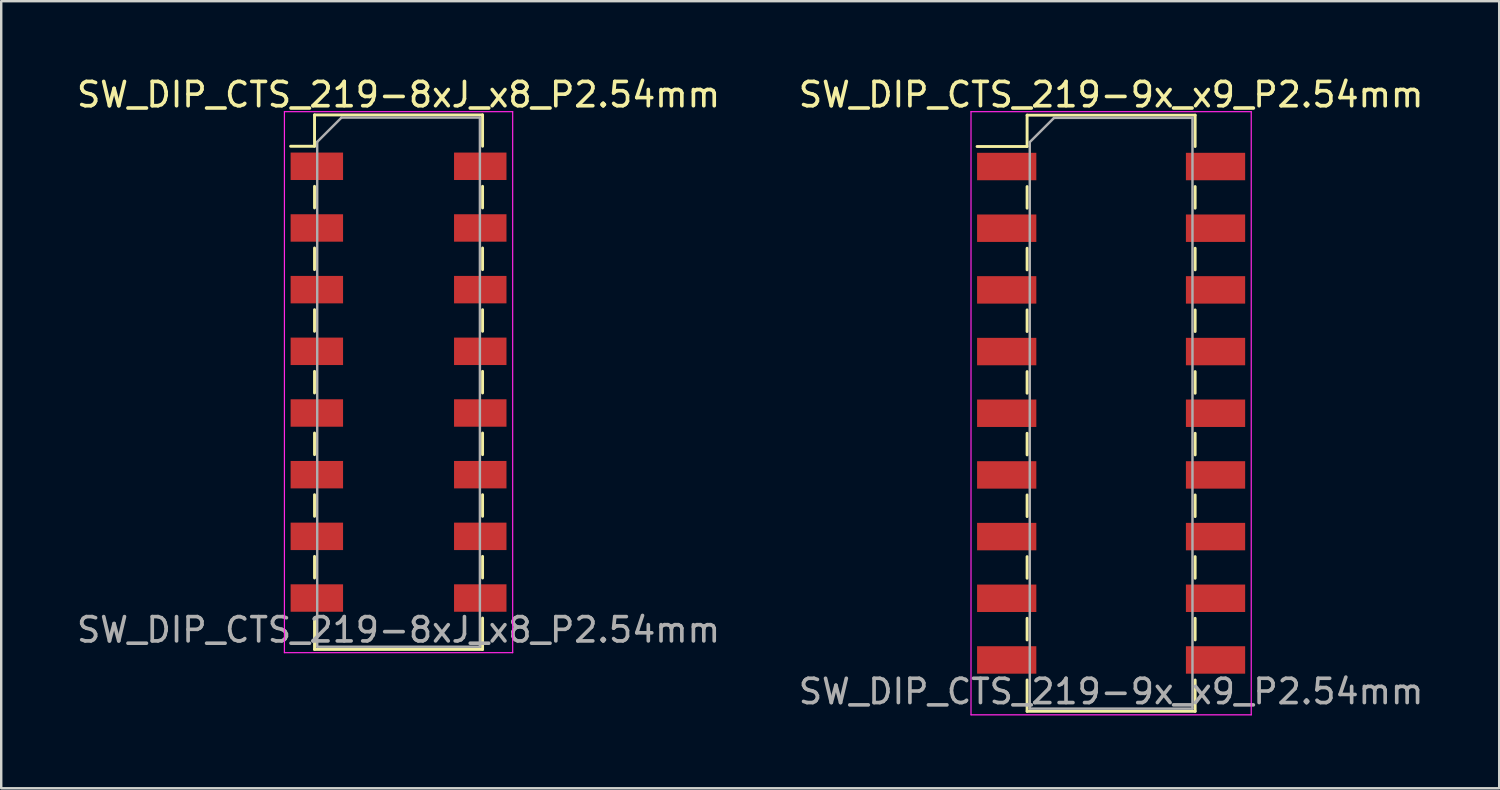
<source format=kicad_pcb>
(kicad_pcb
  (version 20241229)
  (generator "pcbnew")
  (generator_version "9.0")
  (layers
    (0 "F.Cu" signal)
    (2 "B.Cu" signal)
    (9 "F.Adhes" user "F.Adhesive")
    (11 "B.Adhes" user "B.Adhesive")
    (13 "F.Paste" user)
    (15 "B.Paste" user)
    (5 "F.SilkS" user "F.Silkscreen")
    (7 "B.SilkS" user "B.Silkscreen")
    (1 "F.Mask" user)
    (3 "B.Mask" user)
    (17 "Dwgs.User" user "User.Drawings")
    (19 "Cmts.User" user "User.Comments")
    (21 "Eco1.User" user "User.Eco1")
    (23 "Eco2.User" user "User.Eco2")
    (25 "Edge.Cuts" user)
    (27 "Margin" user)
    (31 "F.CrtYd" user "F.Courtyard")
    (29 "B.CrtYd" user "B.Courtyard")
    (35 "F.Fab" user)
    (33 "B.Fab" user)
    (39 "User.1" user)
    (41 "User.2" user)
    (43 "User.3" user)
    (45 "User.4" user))
  (footprint "SW_DIP_CTS_219-8xJ_x8_P2.54mm"
    (layer "F.Cu")
    (at 13.363 12.688)
    (property "Reference" "SW_DIP_CTS_219-8xJ_x8_P2.54mm" (at 0 -11.84 0) (layer "F.SilkS") (effects (font (size 1 1) (thickness 0.15))))
    (attr smd)
    (fp_line (start -4.445 -9.715) (end -3.46 -9.715) (stroke (width 0.12) (type solid)) (layer "F.SilkS"))
    (fp_line (start -3.46 -11.005) (end 3.46 -11.005) (stroke (width 0.12) (type solid)) (layer "F.SilkS"))
    (fp_line (start -3.46 -9.715) (end -3.46 -11.005) (stroke (width 0.12) (type solid)) (layer "F.SilkS"))
    (fp_line (start -3.46 -8.065) (end -3.46 -7.175) (stroke (width 0.12) (type solid)) (layer "F.SilkS"))
    (fp_line (start -3.46 -5.525) (end -3.46 -4.635) (stroke (width 0.12) (type solid)) (layer "F.SilkS"))
    (fp_line (start -3.46 -2.985) (end -3.46 -2.095) (stroke (width 0.12) (type solid)) (layer "F.SilkS"))
    (fp_line (start -3.46 -0.445) (end -3.46 0.445) (stroke (width 0.12) (type solid)) (layer "F.SilkS"))
    (fp_line (start -3.46 2.095) (end -3.46 2.985) (stroke (width 0.12) (type solid)) (layer "F.SilkS"))
    (fp_line (start -3.46 4.635) (end -3.46 5.525) (stroke (width 0.12) (type solid)) (layer "F.SilkS"))
    (fp_line (start -3.46 7.175) (end -3.46 8.065) (stroke (width 0.12) (type solid)) (layer "F.SilkS"))
    (fp_line (start -3.46 9.715) (end -3.46 11.005) (stroke (width 0.12) (type solid)) (layer "F.SilkS"))
    (fp_line (start -3.46 11.005) (end 3.46 11.005) (stroke (width 0.12) (type solid)) (layer "F.SilkS"))
    (fp_line (start 3.46 -11.005) (end 3.46 -9.715) (stroke (width 0.12) (type solid)) (layer "F.SilkS"))
    (fp_line (start 3.46 -8.065) (end 3.46 -7.175) (stroke (width 0.12) (type solid)) (layer "F.SilkS"))
    (fp_line (start 3.46 -5.525) (end 3.46 -4.635) (stroke (width 0.12) (type solid)) (layer "F.SilkS"))
    (fp_line (start 3.46 -2.985) (end 3.46 -2.095) (stroke (width 0.12) (type solid)) (layer "F.SilkS"))
    (fp_line (start 3.46 -0.445) (end 3.46 0.445) (stroke (width 0.12) (type solid)) (layer "F.SilkS"))
    (fp_line (start 3.46 2.095) (end 3.46 2.985) (stroke (width 0.12) (type solid)) (layer "F.SilkS"))
    (fp_line (start 3.46 4.635) (end 3.46 5.525) (stroke (width 0.12) (type solid)) (layer "F.SilkS"))
    (fp_line (start 3.46 7.175) (end 3.46 8.065) (stroke (width 0.12) (type solid)) (layer "F.SilkS"))
    (fp_line (start 3.46 11.005) (end 3.46 9.715) (stroke (width 0.12) (type solid)) (layer "F.SilkS"))
    (fp_line (start -4.7 -11.14) (end 4.7 -11.14) (stroke (width 0.05) (type solid)) (layer "F.CrtYd"))
    (fp_line (start -4.7 11.14) (end -4.7 -11.14) (stroke (width 0.05) (type solid)) (layer "F.CrtYd"))
    (fp_line (start 4.7 -11.14) (end 4.7 11.14) (stroke (width 0.05) (type solid)) (layer "F.CrtYd"))
    (fp_line (start 4.7 11.14) (end -4.7 11.14) (stroke (width 0.05) (type solid)) (layer "F.CrtYd"))
    (fp_line (start -3.35 -9.895) (end -2.35 -10.895) (stroke (width 0.1) (type solid)) (layer "F.Fab"))
    (fp_line (start -3.35 10.895) (end -3.35 -9.895) (stroke (width 0.1) (type solid)) (layer "F.Fab"))
    (fp_line (start -2.35 -10.895) (end 3.35 -10.895) (stroke (width 0.1) (type solid)) (layer "F.Fab"))
    (fp_line (start 3.35 -10.895) (end 3.35 10.895) (stroke (width 0.1) (type solid)) (layer "F.Fab"))
    (fp_line (start 3.35 10.895) (end -3.35 10.895) (stroke (width 0.1) (type solid)) (layer "F.Fab"))
    (fp_text user "${REFERENCE}" (at 0 10.2 0) (layer "F.Fab") (effects (font (size 1 1) (thickness 0.15))))
    (pad "1" smd rect (at -3.365 -8.89) (size 2.16 1.13) (layers "F.Cu" "F.Mask" "F.Paste"))
    (pad "2" smd rect (at -3.365 -6.35) (size 2.16 1.13) (layers "F.Cu" "F.Mask" "F.Paste"))
    (pad "3" smd rect (at -3.365 -3.81) (size 2.16 1.13) (layers "F.Cu" "F.Mask" "F.Paste"))
    (pad "4" smd rect (at -3.365 -1.27) (size 2.16 1.13) (layers "F.Cu" "F.Mask" "F.Paste"))
    (pad "5" smd rect (at -3.365 1.27) (size 2.16 1.13) (layers "F.Cu" "F.Mask" "F.Paste"))
    (pad "6" smd rect (at -3.365 3.81) (size 2.16 1.13) (layers "F.Cu" "F.Mask" "F.Paste"))
    (pad "7" smd rect (at -3.365 6.35) (size 2.16 1.13) (layers "F.Cu" "F.Mask" "F.Paste"))
    (pad "8" smd rect (at -3.365 8.89) (size 2.16 1.13) (layers "F.Cu" "F.Mask" "F.Paste"))
    (pad "9" smd rect (at 3.365 8.89) (size 2.16 1.13) (layers "F.Cu" "F.Mask" "F.Paste"))
    (pad "10" smd rect (at 3.365 6.35) (size 2.16 1.13) (layers "F.Cu" "F.Mask" "F.Paste"))
    (pad "11" smd rect (at 3.365 3.81) (size 2.16 1.13) (layers "F.Cu" "F.Mask" "F.Paste"))
    (pad "12" smd rect (at 3.365 1.27) (size 2.16 1.13) (layers "F.Cu" "F.Mask" "F.Paste"))
    (pad "13" smd rect (at 3.365 -1.27) (size 2.16 1.13) (layers "F.Cu" "F.Mask" "F.Paste"))
    (pad "14" smd rect (at 3.365 -3.81) (size 2.16 1.13) (layers "F.Cu" "F.Mask" "F.Paste"))
    (pad "15" smd rect (at 3.365 -6.35) (size 2.16 1.13) (layers "F.Cu" "F.Mask" "F.Paste"))
    (pad "16" smd rect (at 3.365 -8.89) (size 2.16 1.13) (layers "F.Cu" "F.Mask" "F.Paste")))
  (footprint "SW_DIP_CTS_219-9x_x9_P2.54mm"
    (layer "F.Cu")
    (at 42.708 13.968)
    (property "Reference" "SW_DIP_CTS_219-9x_x9_P2.54mm" (at 0 -13.12 0) (layer "F.SilkS") (effects (font (size 1 1) (thickness 0.15))))
    (attr smd)
    (fp_line (start -5.52 -10.985) (end -3.46 -10.985) (stroke (width 0.12) (type solid)) (layer "F.SilkS"))
    (fp_line (start -3.46 -12.275) (end 3.46 -12.275) (stroke (width 0.12) (type solid)) (layer "F.SilkS"))
    (fp_line (start -3.46 -10.985) (end -3.46 -12.275) (stroke (width 0.12) (type solid)) (layer "F.SilkS"))
    (fp_line (start -3.46 -9.335) (end -3.46 -8.445) (stroke (width 0.12) (type solid)) (layer "F.SilkS"))
    (fp_line (start -3.46 -6.795) (end -3.46 -5.905) (stroke (width 0.12) (type solid)) (layer "F.SilkS"))
    (fp_line (start -3.46 -4.255) (end -3.46 -3.365) (stroke (width 0.12) (type solid)) (layer "F.SilkS"))
    (fp_line (start -3.46 -1.715) (end -3.46 -0.825) (stroke (width 0.12) (type solid)) (layer "F.SilkS"))
    (fp_line (start -3.46 0.825) (end -3.46 1.715) (stroke (width 0.12) (type solid)) (layer "F.SilkS"))
    (fp_line (start -3.46 3.365) (end -3.46 4.255) (stroke (width 0.12) (type solid)) (layer "F.SilkS"))
    (fp_line (start -3.46 5.905) (end -3.46 6.795) (stroke (width 0.12) (type solid)) (layer "F.SilkS"))
    (fp_line (start -3.46 8.445) (end -3.46 9.335) (stroke (width 0.12) (type solid)) (layer "F.SilkS"))
    (fp_line (start -3.46 10.985) (end -3.46 12.275) (stroke (width 0.12) (type solid)) (layer "F.SilkS"))
    (fp_line (start -3.46 12.275) (end 3.46 12.275) (stroke (width 0.12) (type solid)) (layer "F.SilkS"))
    (fp_line (start 3.46 -12.275) (end 3.46 -10.985) (stroke (width 0.12) (type solid)) (layer "F.SilkS"))
    (fp_line (start 3.46 -9.335) (end 3.46 -8.445) (stroke (width 0.12) (type solid)) (layer "F.SilkS"))
    (fp_line (start 3.46 -6.795) (end 3.46 -5.905) (stroke (width 0.12) (type solid)) (layer "F.SilkS"))
    (fp_line (start 3.46 -4.255) (end 3.46 -3.365) (stroke (width 0.12) (type solid)) (layer "F.SilkS"))
    (fp_line (start 3.46 -1.715) (end 3.46 -0.825) (stroke (width 0.12) (type solid)) (layer "F.SilkS"))
    (fp_line (start 3.46 0.825) (end 3.46 1.715) (stroke (width 0.12) (type solid)) (layer "F.SilkS"))
    (fp_line (start 3.46 3.365) (end 3.46 4.255) (stroke (width 0.12) (type solid)) (layer "F.SilkS"))
    (fp_line (start 3.46 5.905) (end 3.46 6.795) (stroke (width 0.12) (type solid)) (layer "F.SilkS"))
    (fp_line (start 3.46 8.445) (end 3.46 9.335) (stroke (width 0.12) (type solid)) (layer "F.SilkS"))
    (fp_line (start 3.46 12.275) (end 3.46 10.985) (stroke (width 0.12) (type solid)) (layer "F.SilkS"))
    (fp_line (start -5.77 -12.42) (end 5.77 -12.42) (stroke (width 0.05) (type solid)) (layer "F.CrtYd"))
    (fp_line (start -5.77 12.42) (end -5.77 -12.42) (stroke (width 0.05) (type solid)) (layer "F.CrtYd"))
    (fp_line (start 5.77 -12.42) (end 5.77 12.42) (stroke (width 0.05) (type solid)) (layer "F.CrtYd"))
    (fp_line (start 5.77 12.42) (end -5.77 12.42) (stroke (width 0.05) (type solid)) (layer "F.CrtYd"))
    (fp_line (start -3.35 -11.165) (end -2.35 -12.165) (stroke (width 0.1) (type solid)) (layer "F.Fab"))
    (fp_line (start -3.35 12.165) (end -3.35 -11.165) (stroke (width 0.1) (type solid)) (layer "F.Fab"))
    (fp_line (start -2.35 -12.165) (end 3.35 -12.165) (stroke (width 0.1) (type solid)) (layer "F.Fab"))
    (fp_line (start 3.35 -12.165) (end 3.35 12.165) (stroke (width 0.1) (type solid)) (layer "F.Fab"))
    (fp_line (start 3.35 12.165) (end -3.35 12.165) (stroke (width 0.1) (type solid)) (layer "F.Fab"))
    (fp_text user "${REFERENCE}" (at 0 11.46 0) (layer "F.Fab") (effects (font (size 1 1) (thickness 0.15))))
    (pad "1" smd rect (at -4.3 -10.16) (size 2.44 1.13) (layers "F.Cu" "F.Mask" "F.Paste"))
    (pad "2" smd rect (at -4.3 -7.62) (size 2.44 1.13) (layers "F.Cu" "F.Mask" "F.Paste"))
    (pad "3" smd rect (at -4.3 -5.08) (size 2.44 1.13) (layers "F.Cu" "F.Mask" "F.Paste"))
    (pad "4" smd rect (at -4.3 -2.54) (size 2.44 1.13) (layers "F.Cu" "F.Mask" "F.Paste"))
    (pad "5" smd rect (at -4.3 0) (size 2.44 1.13) (layers "F.Cu" "F.Mask" "F.Paste"))
    (pad "6" smd rect (at -4.3 2.54) (size 2.44 1.13) (layers "F.Cu" "F.Mask" "F.Paste"))
    (pad "7" smd rect (at -4.3 5.08) (size 2.44 1.13) (layers "F.Cu" "F.Mask" "F.Paste"))
    (pad "8" smd rect (at -4.3 7.62) (size 2.44 1.13) (layers "F.Cu" "F.Mask" "F.Paste"))
    (pad "9" smd rect (at -4.3 10.16) (size 2.44 1.13) (layers "F.Cu" "F.Mask" "F.Paste"))
    (pad "10" smd rect (at 4.3 10.16) (size 2.44 1.13) (layers "F.Cu" "F.Mask" "F.Paste"))
    (pad "11" smd rect (at 4.3 7.62) (size 2.44 1.13) (layers "F.Cu" "F.Mask" "F.Paste"))
    (pad "12" smd rect (at 4.3 5.08) (size 2.44 1.13) (layers "F.Cu" "F.Mask" "F.Paste"))
    (pad "13" smd rect (at 4.3 2.54) (size 2.44 1.13) (layers "F.Cu" "F.Mask" "F.Paste"))
    (pad "14" smd rect (at 4.3 0) (size 2.44 1.13) (layers "F.Cu" "F.Mask" "F.Paste"))
    (pad "15" smd rect (at 4.3 -2.54) (size 2.44 1.13) (layers "F.Cu" "F.Mask" "F.Paste"))
    (pad "16" smd rect (at 4.3 -5.08) (size 2.44 1.13) (layers "F.Cu" "F.Mask" "F.Paste"))
    (pad "17" smd rect (at 4.3 -7.62) (size 2.44 1.13) (layers "F.Cu" "F.Mask" "F.Paste"))
    (pad "18" smd rect (at 4.3 -10.16) (size 2.44 1.13) (layers "F.Cu" "F.Mask" "F.Paste")))
  (gr_rect
    (start -3 -3)
    (end 58.69 29.413)
    (stroke (width 0.1) (type default))
    (fill no)
    (layer "Edge.Cuts")))
</source>
